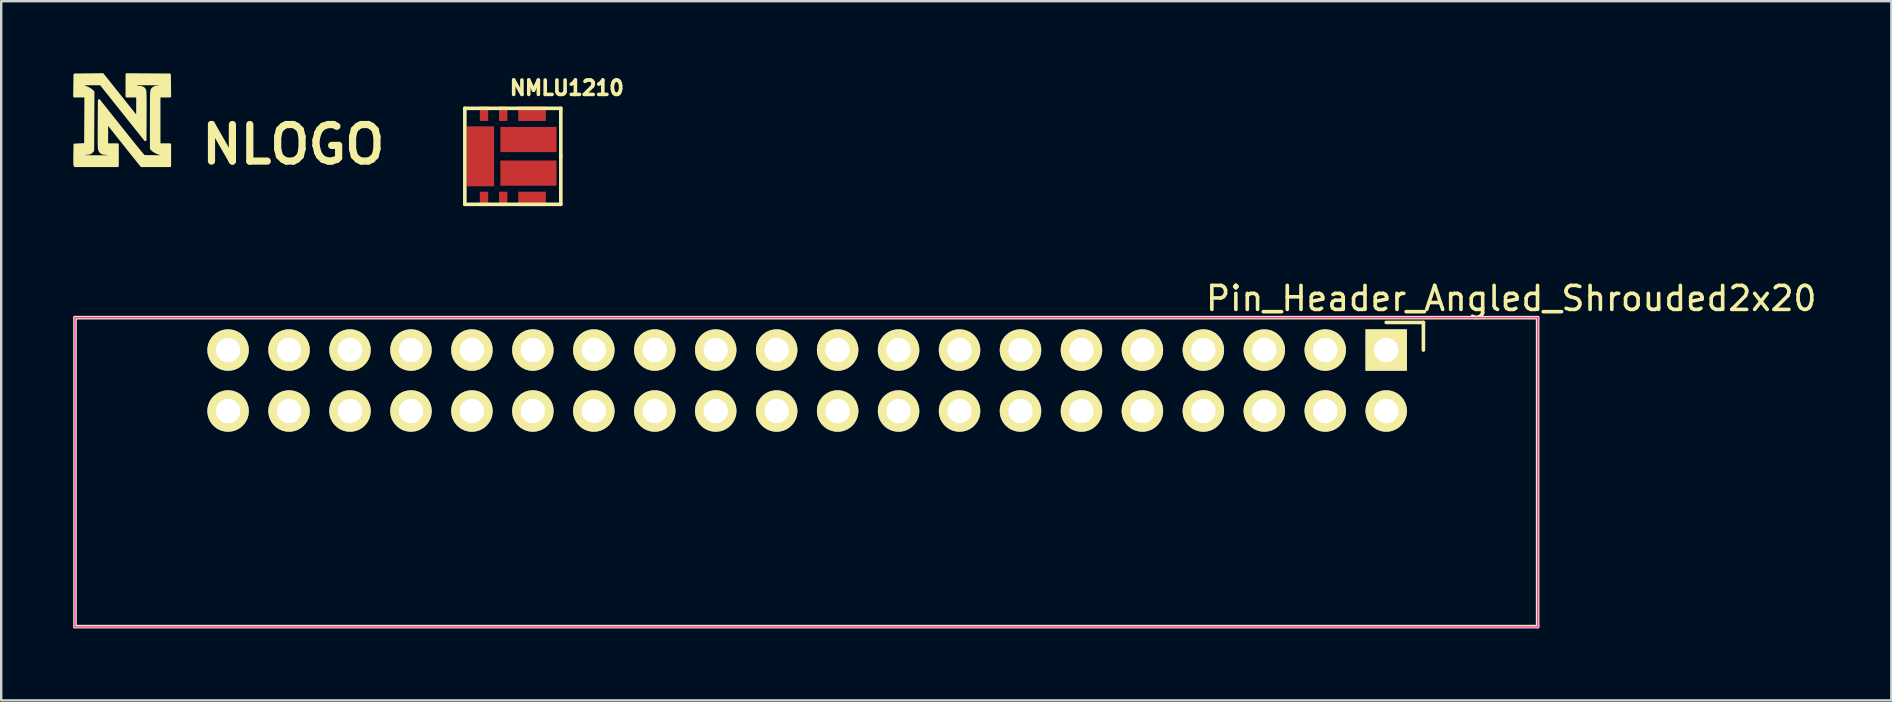
<source format=kicad_pcb>
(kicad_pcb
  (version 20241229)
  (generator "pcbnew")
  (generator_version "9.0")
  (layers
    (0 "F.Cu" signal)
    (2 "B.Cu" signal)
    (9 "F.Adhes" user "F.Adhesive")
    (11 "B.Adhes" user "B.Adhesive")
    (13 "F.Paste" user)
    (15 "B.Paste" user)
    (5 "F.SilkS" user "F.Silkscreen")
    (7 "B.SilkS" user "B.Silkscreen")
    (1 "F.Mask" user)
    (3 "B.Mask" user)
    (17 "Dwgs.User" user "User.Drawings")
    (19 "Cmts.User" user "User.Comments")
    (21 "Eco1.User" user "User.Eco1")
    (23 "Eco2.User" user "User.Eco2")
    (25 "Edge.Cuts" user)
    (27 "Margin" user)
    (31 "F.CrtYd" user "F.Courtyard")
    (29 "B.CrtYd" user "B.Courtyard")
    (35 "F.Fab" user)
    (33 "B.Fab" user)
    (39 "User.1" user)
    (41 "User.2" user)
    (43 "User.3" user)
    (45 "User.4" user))
  (footprint "NMLU1210"
    (layer "F.Cu")
    (at 18.32 3.464)
    (property "Reference" "NMLU1210" (at 2.25 -2.85 0) (layer "F.SilkS") (effects (font (size 0.6 0.6) (thickness 0.15))))
    (attr through_hole)
    (fp_line (start -2 -2) (end -2 2) (stroke (width 0.15) (type solid)) (layer "F.SilkS"))
    (fp_line (start -2 2) (end 2 2) (stroke (width 0.15) (type solid)) (layer "F.SilkS"))
    (fp_line (start 2 -2) (end -2 -2) (stroke (width 0.15) (type solid)) (layer "F.SilkS"))
    (fp_line (start 2 0) (end 2 -2) (stroke (width 0.15) (type solid)) (layer "F.SilkS"))
    (fp_line (start 2 2) (end 2 0) (stroke (width 0.15) (type solid)) (layer "F.SilkS"))
    (pad "1" smd rect (at -1.35 0) (size 1.14 2.5) (layers "F.Cu" "F.Mask" "F.Paste"))
    (pad "1" smd rect (at -1.2 -1.775) (size 0.35 0.6) (layers "F.Cu" "F.Mask" "F.Paste"))
    (pad "1" smd rect (at -1.2 1.775) (size 0.35 0.6) (layers "F.Cu" "F.Mask" "F.Paste"))
    (pad "2" smd rect (at 0.8 -1.775) (size 1.15 0.6) (layers "F.Cu" "F.Mask" "F.Paste"))
    (pad "2" smd rect (at 0.8 1.775) (size 1.15 0.6) (layers "F.Cu" "F.Mask" "F.Paste"))
    (pad "3" smd rect (at -0.4 1.775) (size 0.35 0.6) (layers "F.Cu" "F.Mask" "F.Paste"))
    (pad "3" smd rect (at 0.65 0.7) (size 2.34 1.05) (layers "F.Cu" "F.Mask" "F.Paste"))
    (pad "4" smd rect (at -0.4 -1.775) (size 0.35 0.6) (layers "F.Cu" "F.Mask" "F.Paste"))
    (pad "4" smd rect (at 0.65 -0.7) (size 2.34 1.05) (layers "F.Cu" "F.Mask" "F.Paste")))
  (footprint "NLOGO"
    (layer "F.Cu")
    (at 2.062 1.957)
    (property "Reference" "NLOGO" (at 7.112 1.016 0) (layer "F.SilkS") (effects (font (size 1.524 1.524) (thickness 0.3))))
    (attr through_hole)
    (fp_poly (pts (xy 1.969 -0.995) (xy 1.747 -0.995) (xy 1.587 -0.995) (xy 1.587 -1.45) (xy 1.587 -1.503) (xy 1.069 -1.503) (xy 0.55 -1.503) (xy 0.551 -1.445) (xy 0.553 -1.412) (xy 0.567 -1.394) (xy 0.602 -1.386) (xy 0.668 -1.382) (xy 0.677 -1.382) (xy 0.787 -1.368) (xy 0.865 -1.334) (xy 0.914 -1.276) (xy 0.932 -1.231) (xy 0.938 -1.187) (xy 0.943 -1.102) (xy 0.946 -0.976) (xy 0.948 -0.81) (xy 0.949 -0.604) (xy 0.949 -0.36) (xy 0.948 -0.165) (xy 0.942 0.824) (xy 0.466 0.227) (xy 0.329 0.054) (xy 0.175 -0.138) (xy 0.014 -0.341) (xy -0.148 -0.543) (xy -0.301 -0.735) (xy -0.437 -0.906) (xy -0.462 -0.937) (xy -0.914 -1.503) (xy -1.272 -1.503) (xy -1.63 -1.503) (xy -1.63 -1.45) (xy -1.618 -1.407) (xy -1.576 -1.385) (xy -1.572 -1.384) (xy -1.49 -1.356) (xy -1.401 -1.312) (xy -1.321 -1.262) (xy -1.275 -1.223) (xy -1.227 -1.171) (xy -1.232 0.049) (xy -1.238 1.269) (xy -1.296 1.327) (xy -1.336 1.36) (xy -1.383 1.38) (xy -1.451 1.39) (xy -1.492 1.393) (xy -1.566 1.399) (xy -1.608 1.408) (xy -1.626 1.423) (xy -1.63 1.448) (xy -1.63 1.449) (xy -1.626 1.49) (xy -1.621 1.505) (xy -1.598 1.507) (xy -1.539 1.509) (xy -1.449 1.511) (xy -1.335 1.512) (xy -1.202 1.513) (xy -1.102 1.513) (xy -0.593 1.513) (xy -0.593 1.455) (xy -0.595 1.421) (xy -0.61 1.404) (xy -0.648 1.398) (xy -0.704 1.397) (xy -0.81 1.387) (xy -0.886 1.357) (xy -0.94 1.3) (xy -0.958 1.268) (xy -0.967 1.247) (xy -0.974 1.222) (xy -0.98 1.189) (xy -0.984 1.143) (xy -0.987 1.081) (xy -0.99 0.999) (xy -0.991 0.893) (xy -0.992 0.76) (xy -0.992 0.595) (xy -0.991 0.396) (xy -0.99 0.184) (xy -0.984 -0.823) (xy -0.72 -0.491) (xy -0.464 -0.169) (xy -0.233 0.121) (xy -0.026 0.381) (xy 0.157 0.61) (xy 0.317 0.81) (xy 0.456 0.982) (xy 0.574 1.128) (xy 0.672 1.248) (xy 0.751 1.344) (xy 0.812 1.416) (xy 0.856 1.466) (xy 0.883 1.495) (xy 0.895 1.504) (xy 0.924 1.505) (xy 0.988 1.506) (xy 1.078 1.507) (xy 1.187 1.508) (xy 1.254 1.509) (xy 1.587 1.513) (xy 1.587 1.455) (xy 1.578 1.41) (xy 1.55 1.397) (xy 1.498 1.385) (xy 1.425 1.355) (xy 1.347 1.315) (xy 1.279 1.271) (xy 1.238 1.236) (xy 1.185 1.179) (xy 1.185 -0.019) (xy 1.185 -0.275) (xy 1.186 -0.492) (xy 1.186 -0.673) (xy 1.187 -0.823) (xy 1.189 -0.943) (xy 1.191 -1.039) (xy 1.193 -1.113) (xy 1.197 -1.169) (xy 1.202 -1.21) (xy 1.207 -1.239) (xy 1.214 -1.26) (xy 1.222 -1.277) (xy 1.227 -1.285) (xy 1.289 -1.346) (xy 1.384 -1.384) (xy 1.508 -1.397) (xy 1.56 -1.4) (xy 1.583 -1.416) (xy 1.587 -1.45) (xy 1.587 -0.995) (xy 1.524 -0.995) (xy 1.524 0.011) (xy 1.524 1.016) (xy 1.746 1.016) (xy 1.968 1.016) (xy 1.968 1.46) (xy 1.968 1.905) (xy 1.376 1.905) (xy 0.783 1.905) (xy 0.063 1.002) (xy -0.656 0.099) (xy -0.656 0.558) (xy -0.656 1.016) (xy -0.434 1.016) (xy -0.212 1.016) (xy -0.212 1.46) (xy -0.212 1.905) (xy -1.1 1.905) (xy -1.989 1.905) (xy -2.001 1.857) (xy -2.004 1.822) (xy -2.006 1.751) (xy -2.008 1.654) (xy -2.008 1.537) (xy -2.006 1.418) (xy -2 1.027) (xy -1.778 1.016) (xy -1.556 1.005) (xy -1.55 0.005) (xy -1.545 -0.995) (xy -1.778 -0.995) (xy -2.012 -0.995) (xy -2.006 -1.445) (xy -2 -1.894) (xy -1.417 -1.901) (xy -0.833 -1.907) (xy -0.136 -1.034) (xy -0.002 -0.867) (xy 0.124 -0.708) (xy 0.241 -0.562) (xy 0.344 -0.432) (xy 0.433 -0.321) (xy 0.504 -0.232) (xy 0.555 -0.169) (xy 0.583 -0.134) (xy 0.587 -0.128) (xy 0.595 -0.125) (xy 0.602 -0.143) (xy 0.607 -0.186) (xy 0.61 -0.259) (xy 0.612 -0.365) (xy 0.613 -0.509) (xy 0.613 -0.545) (xy 0.614 -0.995) (xy 0.392 -0.995) (xy 0.169 -0.995) (xy 0.169 -1.451) (xy 0.169 -1.906) (xy 1.064 -1.9) (xy 1.958 -1.894) (xy 1.964 -1.445) (xy 1.969 -0.995)) (stroke (width 0.1) (type solid)) (fill yes) (layer "F.SilkS")))
  (footprint "Pin_Header_Angled_Shrouded2x20"
    (layer "F.Cu")
    (at 30.55 12.912)
    (property "Reference" "Pin_Header_Angled_Shrouded2x20" (at 29.375 -3.525 0) (layer "F.SilkS") (effects (font (size 1 1) (thickness 0.15))))
    (attr through_hole)
    (fp_line (start -30.475 -2.725) (end 30.475 -2.725) (stroke (width 0.15) (type solid)) (layer "F.SilkS"))
    (fp_line (start -30.475 10.15) (end -30.475 -2.725) (stroke (width 0.15) (type solid)) (layer "F.SilkS"))
    (fp_line (start 25.715 -2.525) (end 24.165 -2.525) (stroke (width 0.15) (type solid)) (layer "F.SilkS"))
    (fp_line (start 25.715 -1.375) (end 25.715 -2.525) (stroke (width 0.15) (type solid)) (layer "F.SilkS"))
    (fp_line (start 30.475 -2.725) (end 30.475 10.15) (stroke (width 0.15) (type solid)) (layer "F.SilkS"))
    (fp_line (start 30.475 10.15) (end -30.475 10.15) (stroke (width 0.15) (type solid)) (layer "F.SilkS"))
    (fp_line (start -30.48 -2.725) (end -30.48 10.16) (stroke (width 0.05) (type solid)) (layer "F.CrtYd"))
    (fp_line (start 30.48 -2.725) (end -30.48 -2.725) (stroke (width 0.05) (type solid)) (layer "F.CrtYd"))
    (fp_line (start 30.48 -2.725) (end 30.48 10.16) (stroke (width 0.05) (type solid)) (layer "F.CrtYd"))
    (fp_line (start 30.48 10.16) (end -30.48 10.16) (stroke (width 0.05) (type solid)) (layer "F.CrtYd"))
    (pad "1" thru_hole rect (at 24.165 -1.375 270) (size 1.727 1.727) (drill 1.016) (layers "*.Cu" "*.Mask" "F.SilkS"))
    (pad "2" thru_hole oval (at 24.165 1.165 270) (size 1.727 1.727) (drill 1.016) (layers "*.Cu" "*.Mask" "F.SilkS"))
    (pad "3" thru_hole oval (at 21.625 -1.375 270) (size 1.727 1.727) (drill 1.016) (layers "*.Cu" "*.Mask" "F.SilkS"))
    (pad "4" thru_hole oval (at 21.625 1.165 270) (size 1.727 1.727) (drill 1.016) (layers "*.Cu" "*.Mask" "F.SilkS"))
    (pad "5" thru_hole oval (at 19.085 -1.375 270) (size 1.727 1.727) (drill 1.016) (layers "*.Cu" "*.Mask" "F.SilkS"))
    (pad "6" thru_hole oval (at 19.085 1.165 270) (size 1.727 1.727) (drill 1.016) (layers "*.Cu" "*.Mask" "F.SilkS"))
    (pad "7" thru_hole oval (at 16.545 -1.375 270) (size 1.727 1.727) (drill 1.016) (layers "*.Cu" "*.Mask" "F.SilkS"))
    (pad "8" thru_hole oval (at 16.545 1.165 270) (size 1.727 1.727) (drill 1.016) (layers "*.Cu" "*.Mask" "F.SilkS"))
    (pad "9" thru_hole oval (at 14.005 -1.375 270) (size 1.727 1.727) (drill 1.016) (layers "*.Cu" "*.Mask" "F.SilkS"))
    (pad "10" thru_hole oval (at 14.005 1.165 270) (size 1.727 1.727) (drill 1.016) (layers "*.Cu" "*.Mask" "F.SilkS"))
    (pad "11" thru_hole oval (at 11.465 -1.375 270) (size 1.727 1.727) (drill 1.016) (layers "*.Cu" "*.Mask" "F.SilkS"))
    (pad "12" thru_hole oval (at 11.465 1.165 270) (size 1.727 1.727) (drill 1.016) (layers "*.Cu" "*.Mask" "F.SilkS"))
    (pad "13" thru_hole oval (at 8.925 -1.375 270) (size 1.727 1.727) (drill 1.016) (layers "*.Cu" "*.Mask" "F.SilkS"))
    (pad "14" thru_hole oval (at 8.925 1.165 270) (size 1.727 1.727) (drill 1.016) (layers "*.Cu" "*.Mask" "F.SilkS"))
    (pad "15" thru_hole oval (at 6.385 -1.375 270) (size 1.727 1.727) (drill 1.016) (layers "*.Cu" "*.Mask" "F.SilkS"))
    (pad "16" thru_hole oval (at 6.385 1.165 270) (size 1.727 1.727) (drill 1.016) (layers "*.Cu" "*.Mask" "F.SilkS"))
    (pad "17" thru_hole oval (at 3.845 -1.375 270) (size 1.727 1.727) (drill 1.016) (layers "*.Cu" "*.Mask" "F.SilkS"))
    (pad "18" thru_hole oval (at 3.845 1.165 270) (size 1.727 1.727) (drill 1.016) (layers "*.Cu" "*.Mask" "F.SilkS"))
    (pad "19" thru_hole oval (at 1.305 -1.375 270) (size 1.727 1.727) (drill 1.016) (layers "*.Cu" "*.Mask" "F.SilkS"))
    (pad "20" thru_hole oval (at 1.305 1.165 270) (size 1.727 1.727) (drill 1.016) (layers "*.Cu" "*.Mask" "F.SilkS"))
    (pad "21" thru_hole oval (at -1.235 -1.375 270) (size 1.727 1.727) (drill 1.016) (layers "*.Cu" "*.Mask" "F.SilkS"))
    (pad "22" thru_hole oval (at -1.235 1.165 270) (size 1.727 1.727) (drill 1.016) (layers "*.Cu" "*.Mask" "F.SilkS"))
    (pad "23" thru_hole oval (at -3.775 -1.375 270) (size 1.727 1.727) (drill 1.016) (layers "*.Cu" "*.Mask" "F.SilkS"))
    (pad "24" thru_hole oval (at -3.775 1.165 270) (size 1.727 1.727) (drill 1.016) (layers "*.Cu" "*.Mask" "F.SilkS"))
    (pad "25" thru_hole oval (at -6.315 -1.375 270) (size 1.727 1.727) (drill 1.016) (layers "*.Cu" "*.Mask" "F.SilkS"))
    (pad "26" thru_hole oval (at -6.315 1.165 270) (size 1.727 1.727) (drill 1.016) (layers "*.Cu" "*.Mask" "F.SilkS"))
    (pad "27" thru_hole oval (at -8.855 -1.375 270) (size 1.727 1.727) (drill 1.016) (layers "*.Cu" "*.Mask" "F.SilkS"))
    (pad "28" thru_hole oval (at -8.855 1.165 270) (size 1.727 1.727) (drill 1.016) (layers "*.Cu" "*.Mask" "F.SilkS"))
    (pad "29" thru_hole oval (at -11.395 -1.375 270) (size 1.727 1.727) (drill 1.016) (layers "*.Cu" "*.Mask" "F.SilkS"))
    (pad "30" thru_hole oval (at -11.395 1.165 270) (size 1.727 1.727) (drill 1.016) (layers "*.Cu" "*.Mask" "F.SilkS"))
    (pad "31" thru_hole oval (at -13.935 -1.375 270) (size 1.727 1.727) (drill 1.016) (layers "*.Cu" "*.Mask" "F.SilkS"))
    (pad "32" thru_hole oval (at -13.935 1.165 270) (size 1.727 1.727) (drill 1.016) (layers "*.Cu" "*.Mask" "F.SilkS"))
    (pad "33" thru_hole oval (at -16.475 -1.375 270) (size 1.727 1.727) (drill 1.016) (layers "*.Cu" "*.Mask" "F.SilkS"))
    (pad "34" thru_hole oval (at -16.475 1.165 270) (size 1.727 1.727) (drill 1.016) (layers "*.Cu" "*.Mask" "F.SilkS"))
    (pad "35" thru_hole oval (at -19.015 -1.375 270) (size 1.727 1.727) (drill 1.016) (layers "*.Cu" "*.Mask" "F.SilkS"))
    (pad "36" thru_hole oval (at -19.015 1.165 270) (size 1.727 1.727) (drill 1.016) (layers "*.Cu" "*.Mask" "F.SilkS"))
    (pad "37" thru_hole oval (at -21.555 -1.375 270) (size 1.727 1.727) (drill 1.016) (layers "*.Cu" "*.Mask" "F.SilkS"))
    (pad "38" thru_hole oval (at -21.555 1.165 270) (size 1.727 1.727) (drill 1.016) (layers "*.Cu" "*.Mask" "F.SilkS"))
    (pad "39" thru_hole oval (at -24.095 -1.375 270) (size 1.727 1.727) (drill 1.016) (layers "*.Cu" "*.Mask" "F.SilkS"))
    (pad "40" thru_hole oval (at -24.095 1.165 270) (size 1.727 1.727) (drill 1.016) (layers "*.Cu" "*.Mask" "F.SilkS")))
  (gr_rect
    (start -3 -3)
    (end 75.764 26.137)
    (stroke (width 0.1) (type default))
    (fill no)
    (layer "Edge.Cuts")))
</source>
